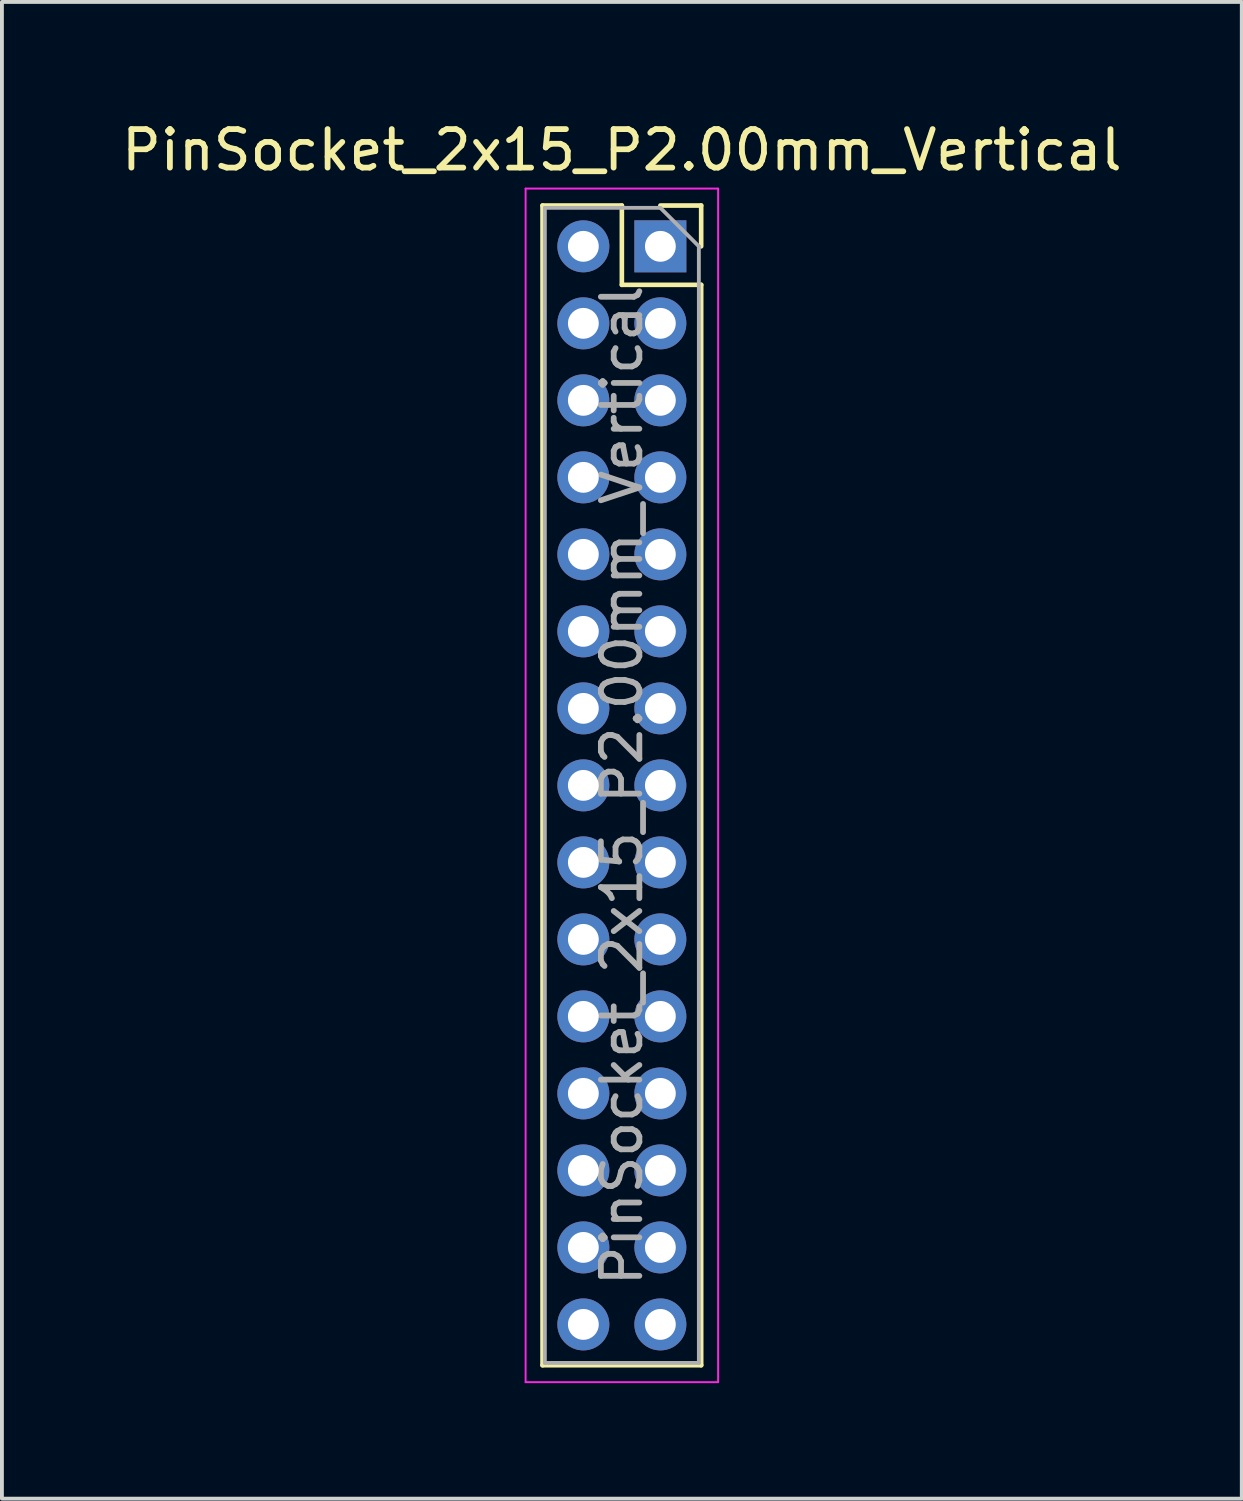
<source format=kicad_pcb>
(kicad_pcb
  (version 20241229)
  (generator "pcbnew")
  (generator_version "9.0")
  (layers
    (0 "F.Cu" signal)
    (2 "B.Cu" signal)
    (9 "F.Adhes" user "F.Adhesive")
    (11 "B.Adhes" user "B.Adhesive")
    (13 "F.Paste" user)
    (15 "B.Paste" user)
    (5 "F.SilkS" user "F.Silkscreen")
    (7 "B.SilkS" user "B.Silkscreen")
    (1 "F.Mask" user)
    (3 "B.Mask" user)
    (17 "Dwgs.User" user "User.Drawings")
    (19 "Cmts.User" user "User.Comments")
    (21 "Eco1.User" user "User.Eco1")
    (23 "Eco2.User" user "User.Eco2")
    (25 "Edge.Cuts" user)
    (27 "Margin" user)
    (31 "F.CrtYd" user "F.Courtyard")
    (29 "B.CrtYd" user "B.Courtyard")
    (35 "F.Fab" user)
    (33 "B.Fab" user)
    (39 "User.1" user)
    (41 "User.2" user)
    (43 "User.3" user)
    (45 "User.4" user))
  (footprint "PinSocket_2x15_P2.00mm_Vertical"
    (layer "F.Cu")
    (at 14.101 3.348)
    (property "Reference" "PinSocket_2x15_P2.00mm_Vertical" (at -1 -2.5 0) (layer "F.SilkS") (effects (font (size 1 1) (thickness 0.15))))
    (attr through_hole)
    (fp_line (start -3.06 -1.06) (end -3.06 29.06) (stroke (width 0.12) (type solid)) (layer "F.SilkS"))
    (fp_line (start -3.06 -1.06) (end -1 -1.06) (stroke (width 0.12) (type solid)) (layer "F.SilkS"))
    (fp_line (start -3.06 29.06) (end 1.06 29.06) (stroke (width 0.12) (type solid)) (layer "F.SilkS"))
    (fp_line (start -1 -1.06) (end -1 1) (stroke (width 0.12) (type solid)) (layer "F.SilkS"))
    (fp_line (start -1 1) (end 1.06 1) (stroke (width 0.12) (type solid)) (layer "F.SilkS"))
    (fp_line (start 0 -1.06) (end 1.06 -1.06) (stroke (width 0.12) (type solid)) (layer "F.SilkS"))
    (fp_line (start 1.06 -1.06) (end 1.06 0) (stroke (width 0.12) (type solid)) (layer "F.SilkS"))
    (fp_line (start 1.06 1) (end 1.06 29.06) (stroke (width 0.12) (type solid)) (layer "F.SilkS"))
    (fp_line (start -3.5 -1.5) (end 1.5 -1.5) (stroke (width 0.05) (type solid)) (layer "F.CrtYd"))
    (fp_line (start -3.5 29.5) (end -3.5 -1.5) (stroke (width 0.05) (type solid)) (layer "F.CrtYd"))
    (fp_line (start 1.5 -1.5) (end 1.5 29.5) (stroke (width 0.05) (type solid)) (layer "F.CrtYd"))
    (fp_line (start 1.5 29.5) (end -3.5 29.5) (stroke (width 0.05) (type solid)) (layer "F.CrtYd"))
    (fp_line (start -3 -1) (end 0 -1) (stroke (width 0.1) (type solid)) (layer "F.Fab"))
    (fp_line (start -3 29) (end -3 -1) (stroke (width 0.1) (type solid)) (layer "F.Fab"))
    (fp_line (start 0 -1) (end 1 0) (stroke (width 0.1) (type solid)) (layer "F.Fab"))
    (fp_line (start 1 0) (end 1 29) (stroke (width 0.1) (type solid)) (layer "F.Fab"))
    (fp_line (start 1 29) (end -3 29) (stroke (width 0.1) (type solid)) (layer "F.Fab"))
    (fp_text user "${REFERENCE}" (at -1 14 90) (layer "F.Fab") (effects (font (size 1 1) (thickness 0.15))))
    (pad "1" thru_hole rect (at 0 0) (size 1.35 1.35) (drill 0.8) (layers "*.Cu" "*.Mask"))
    (pad "2" thru_hole circle (at -2 0) (size 1.35 1.35) (drill 0.8) (layers "*.Cu" "*.Mask"))
    (pad "3" thru_hole circle (at 0 2) (size 1.35 1.35) (drill 0.8) (layers "*.Cu" "*.Mask"))
    (pad "4" thru_hole circle (at -2 2) (size 1.35 1.35) (drill 0.8) (layers "*.Cu" "*.Mask"))
    (pad "5" thru_hole circle (at 0 4) (size 1.35 1.35) (drill 0.8) (layers "*.Cu" "*.Mask"))
    (pad "6" thru_hole circle (at -2 4) (size 1.35 1.35) (drill 0.8) (layers "*.Cu" "*.Mask"))
    (pad "7" thru_hole circle (at 0 6) (size 1.35 1.35) (drill 0.8) (layers "*.Cu" "*.Mask"))
    (pad "8" thru_hole circle (at -2 6) (size 1.35 1.35) (drill 0.8) (layers "*.Cu" "*.Mask"))
    (pad "9" thru_hole circle (at 0 8) (size 1.35 1.35) (drill 0.8) (layers "*.Cu" "*.Mask"))
    (pad "10" thru_hole circle (at -2 8) (size 1.35 1.35) (drill 0.8) (layers "*.Cu" "*.Mask"))
    (pad "11" thru_hole circle (at 0 10) (size 1.35 1.35) (drill 0.8) (layers "*.Cu" "*.Mask"))
    (pad "12" thru_hole circle (at -2 10) (size 1.35 1.35) (drill 0.8) (layers "*.Cu" "*.Mask"))
    (pad "13" thru_hole circle (at 0 12) (size 1.35 1.35) (drill 0.8) (layers "*.Cu" "*.Mask"))
    (pad "14" thru_hole circle (at -2 12) (size 1.35 1.35) (drill 0.8) (layers "*.Cu" "*.Mask"))
    (pad "15" thru_hole circle (at 0 14) (size 1.35 1.35) (drill 0.8) (layers "*.Cu" "*.Mask"))
    (pad "16" thru_hole circle (at -2 14) (size 1.35 1.35) (drill 0.8) (layers "*.Cu" "*.Mask"))
    (pad "17" thru_hole circle (at 0 16) (size 1.35 1.35) (drill 0.8) (layers "*.Cu" "*.Mask"))
    (pad "18" thru_hole circle (at -2 16) (size 1.35 1.35) (drill 0.8) (layers "*.Cu" "*.Mask"))
    (pad "19" thru_hole circle (at 0 18) (size 1.35 1.35) (drill 0.8) (layers "*.Cu" "*.Mask"))
    (pad "20" thru_hole circle (at -2 18) (size 1.35 1.35) (drill 0.8) (layers "*.Cu" "*.Mask"))
    (pad "21" thru_hole circle (at 0 20) (size 1.35 1.35) (drill 0.8) (layers "*.Cu" "*.Mask"))
    (pad "22" thru_hole circle (at -2 20) (size 1.35 1.35) (drill 0.8) (layers "*.Cu" "*.Mask"))
    (pad "23" thru_hole circle (at 0 22) (size 1.35 1.35) (drill 0.8) (layers "*.Cu" "*.Mask"))
    (pad "24" thru_hole circle (at -2 22) (size 1.35 1.35) (drill 0.8) (layers "*.Cu" "*.Mask"))
    (pad "25" thru_hole circle (at 0 24) (size 1.35 1.35) (drill 0.8) (layers "*.Cu" "*.Mask"))
    (pad "26" thru_hole circle (at -2 24) (size 1.35 1.35) (drill 0.8) (layers "*.Cu" "*.Mask"))
    (pad "27" thru_hole circle (at 0 26) (size 1.35 1.35) (drill 0.8) (layers "*.Cu" "*.Mask"))
    (pad "28" thru_hole circle (at -2 26) (size 1.35 1.35) (drill 0.8) (layers "*.Cu" "*.Mask"))
    (pad "29" thru_hole circle (at 0 28) (size 1.35 1.35) (drill 0.8) (layers "*.Cu" "*.Mask"))
    (pad "30" thru_hole circle (at -2 28) (size 1.35 1.35) (drill 0.8) (layers "*.Cu" "*.Mask")))
  (gr_rect
    (start -3 -3)
    (end 29.202 35.873)
    (stroke (width 0.1) (type default))
    (fill no)
    (layer "Edge.Cuts")))
</source>
